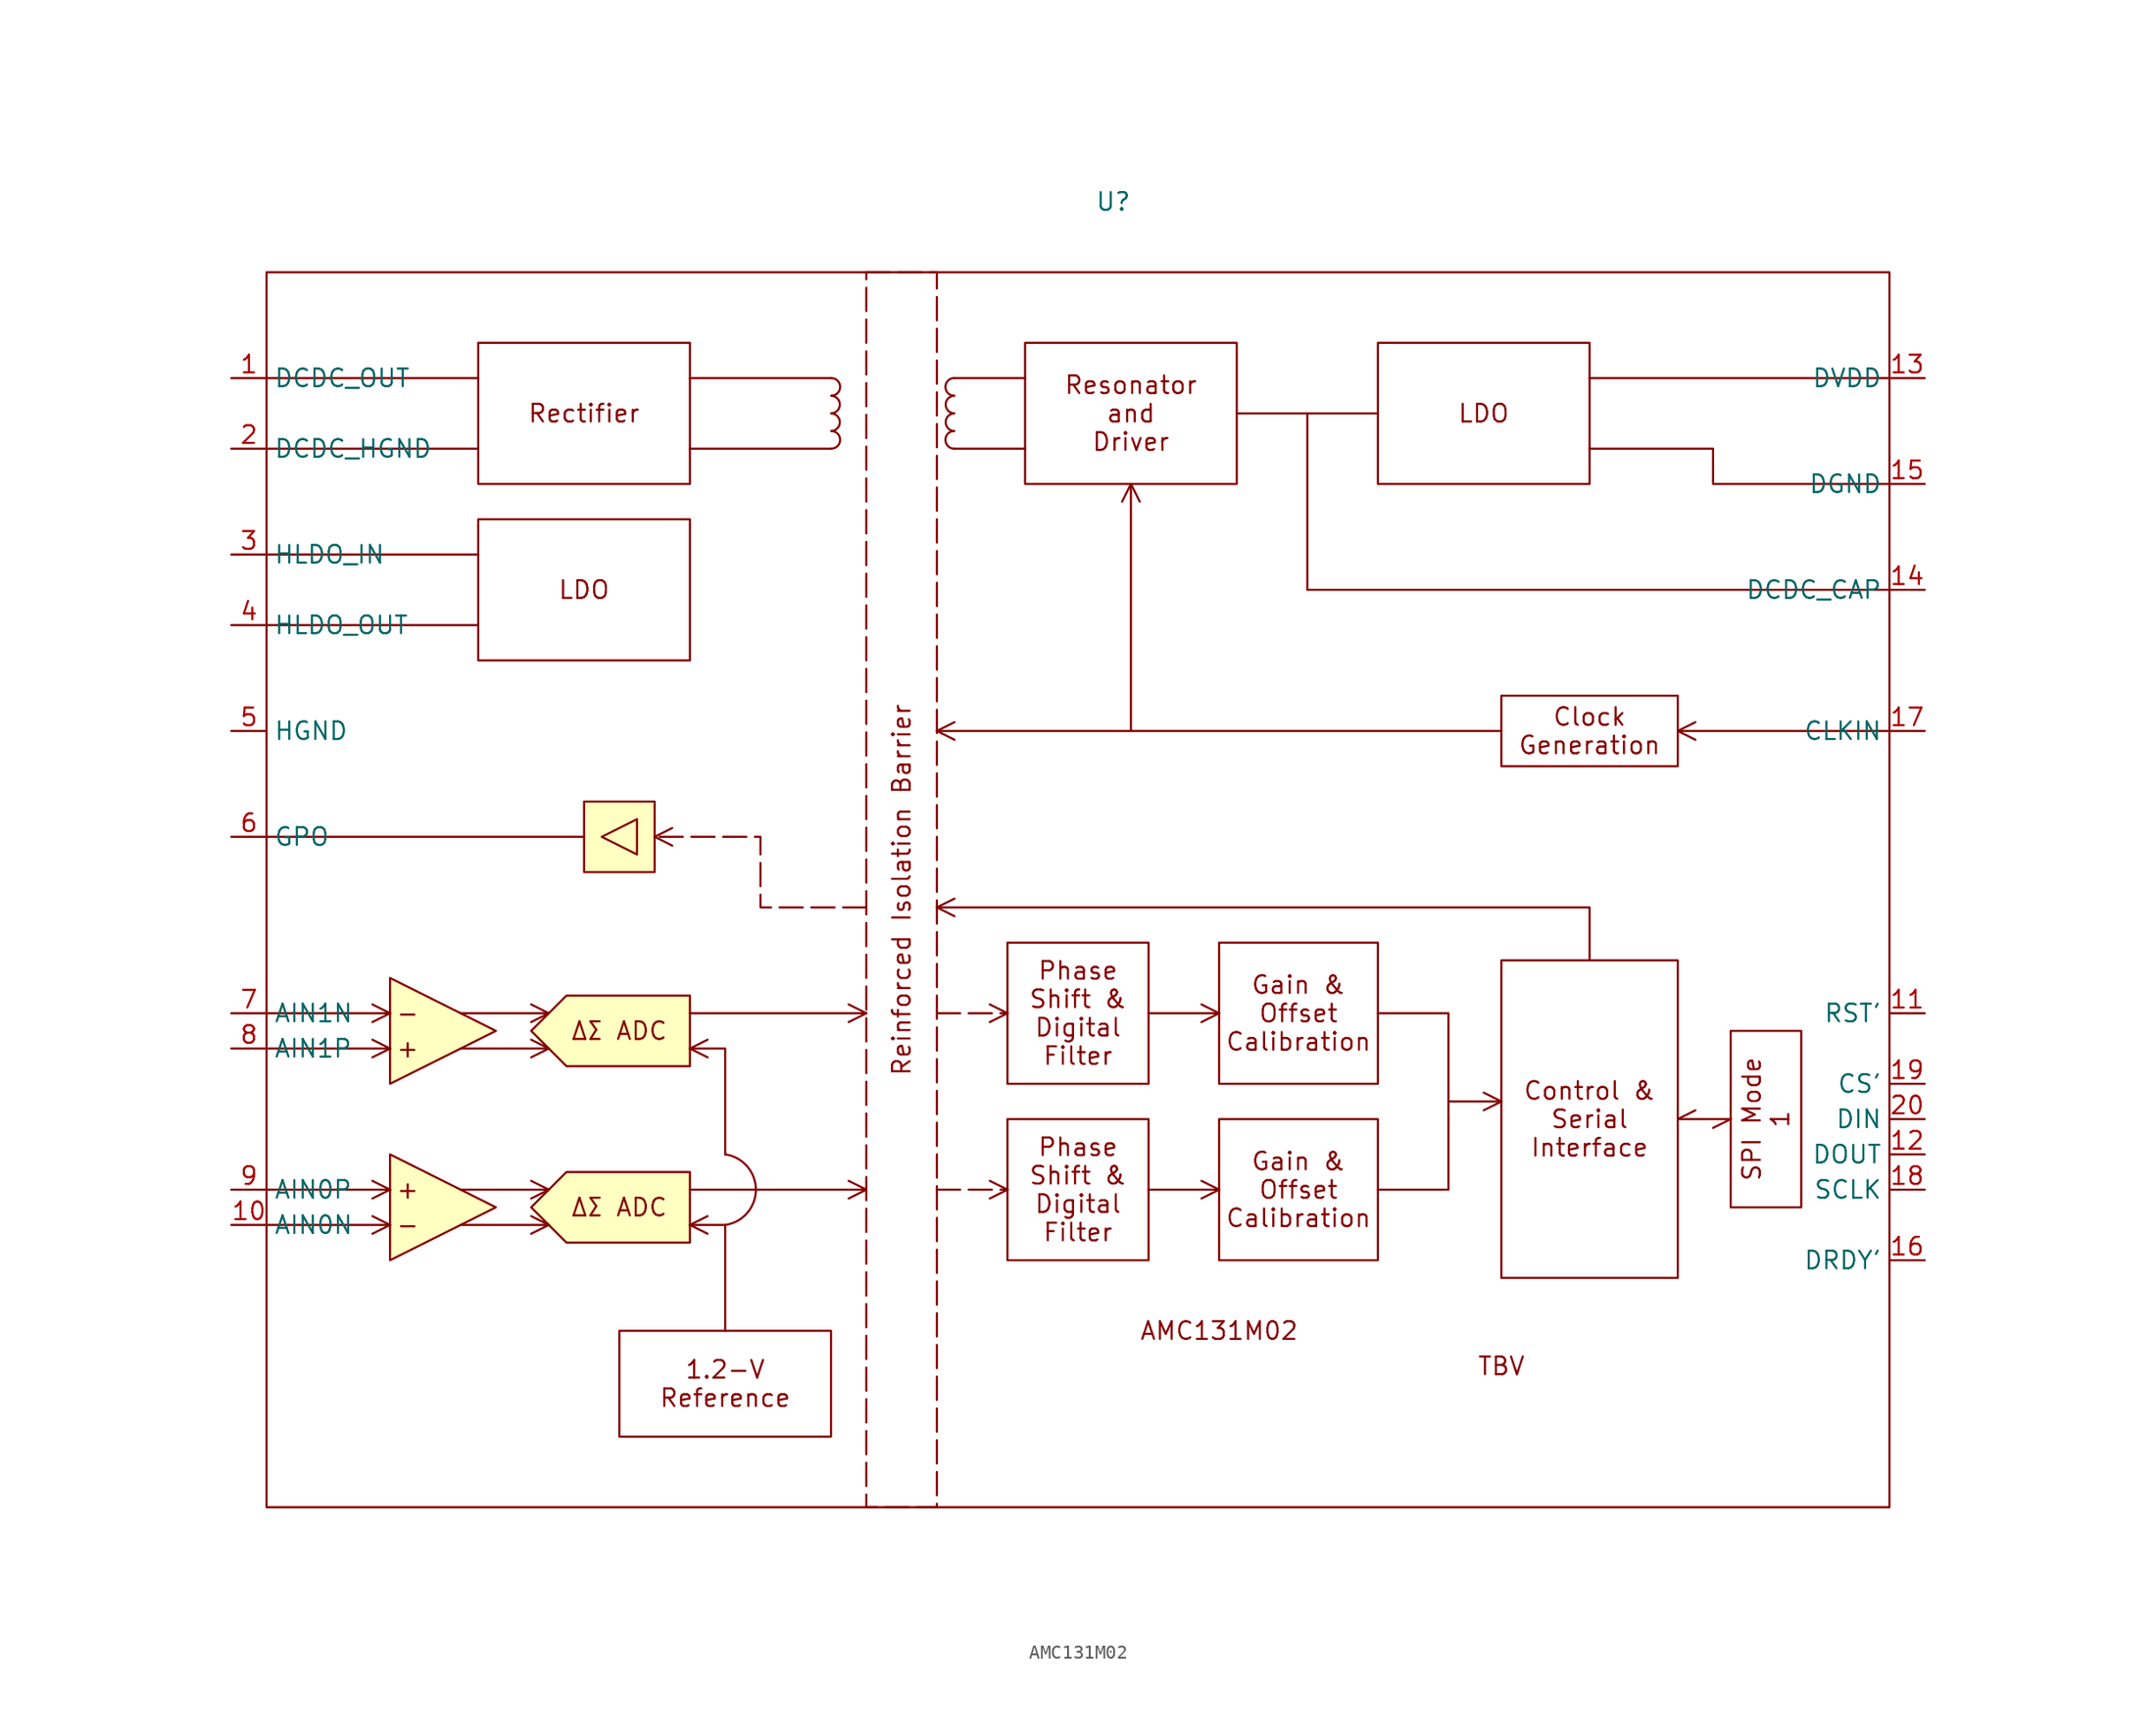
<source format=kicad_sym>
(kicad_symbol_lib
  (version 20220914)
  (generator kicad_symbol_editor)
  (symbol "AMC131M02"
    (property "Reference" "U"
      (at 33.02 66.04 0)
      (effects (font (size 1.27 1.27))))
    (property "Value" ""
      (at 86.36 0 0)
      (effects (font (size 1.27 1.27))))
    (symbol "AMC131M02_1_1"
      (rectangle (start -27.94 60.96) (end 88.9 -27.94) (stroke (width 0) (type default)) (fill (type none)))
      (rectangle (start -5.08 22.86) (end 0 17.78) (stroke (width 0) (type default)) (fill (type background)))
      (polyline (pts (xy -27.94 -7.62) (xy -19.05 -7.62)) (stroke (width 0) (type default)) (fill (type none)))
      (polyline (pts (xy -27.94 -5.08) (xy -19.05 -5.08)) (stroke (width 0) (type default)) (fill (type none)))
      (polyline (pts (xy -27.94 5.08) (xy -19.05 5.08)) (stroke (width 0) (type default)) (fill (type none)))
      (polyline (pts (xy -27.94 7.62) (xy -19.05 7.62)) (stroke (width 0) (type default)) (fill (type none)))
      (polyline (pts (xy -27.94 20.32) (xy -5.08 20.32)) (stroke (width 0) (type default)) (fill (type none)))
      (polyline (pts (xy -27.94 35.56) (xy -12.7 35.56)) (stroke (width 0) (type default)) (fill (type color) (color 0 0 0 0)))
      (polyline (pts (xy -27.94 40.64) (xy -12.7 40.64)) (stroke (width 0) (type default)) (fill (type color) (color 0 0 0 0)))
      (polyline (pts (xy -27.94 48.26) (xy -12.7 48.26)) (stroke (width 0) (type default)) (fill (type color) (color 0 0 0 0)))
      (polyline (pts (xy -27.94 53.34) (xy -12.7 53.34)) (stroke (width 0) (type default)) (fill (type color) (color 0 0 0 0)))
      (polyline (pts (xy -19.05 -7.62) (xy -20.32 -8.255)) (stroke (width 0) (type default)) (fill (type color) (color 0 0 0 0)))
      (polyline (pts (xy -19.05 -7.62) (xy -20.32 -6.985)) (stroke (width 0) (type default)) (fill (type color) (color 0 0 0 0)))
      (polyline (pts (xy -19.05 -5.08) (xy -20.32 -5.715)) (stroke (width 0) (type default)) (fill (type color) (color 0 0 0 0)))
      (polyline (pts (xy -19.05 -5.08) (xy -20.32 -4.445)) (stroke (width 0) (type default)) (fill (type color) (color 0 0 0 0)))
      (polyline (pts (xy -19.05 5.08) (xy -20.32 4.445)) (stroke (width 0) (type default)) (fill (type color) (color 0 0 0 0)))
      (polyline (pts (xy -19.05 5.08) (xy -20.32 5.715)) (stroke (width 0) (type default)) (fill (type color) (color 0 0 0 0)))
      (polyline (pts (xy -19.05 7.62) (xy -20.32 6.985)) (stroke (width 0) (type default)) (fill (type color) (color 0 0 0 0)))
      (polyline (pts (xy -19.05 7.62) (xy -20.32 8.255)) (stroke (width 0) (type default)) (fill (type color) (color 0 0 0 0)))
      (polyline (pts (xy -13.97 -7.62) (xy -7.62 -7.62)) (stroke (width 0) (type default)) (fill (type none)))
      (polyline (pts (xy -13.97 -5.08) (xy -7.62 -5.08)) (stroke (width 0) (type default)) (fill (type none)))
      (polyline (pts (xy -13.97 5.08) (xy -7.62 5.08)) (stroke (width 0) (type default)) (fill (type none)))
      (polyline (pts (xy -13.97 7.62) (xy -7.62 7.62)) (stroke (width 0) (type default)) (fill (type none)))
      (polyline (pts (xy -7.62 -7.62) (xy -8.89 -8.255)) (stroke (width 0) (type default)) (fill (type color) (color 0 0 0 0)))
      (polyline (pts (xy -7.62 -7.62) (xy -8.89 -6.985)) (stroke (width 0) (type default)) (fill (type color) (color 0 0 0 0)))
      (polyline (pts (xy -7.62 -5.08) (xy -8.89 -5.715)) (stroke (width 0) (type default)) (fill (type color) (color 0 0 0 0)))
      (polyline (pts (xy -7.62 -5.08) (xy -8.89 -4.445)) (stroke (width 0) (type default)) (fill (type color) (color 0 0 0 0)))
      (polyline (pts (xy -7.62 5.08) (xy -8.89 4.445)) (stroke (width 0) (type default)) (fill (type color) (color 0 0 0 0)))
      (polyline (pts (xy -7.62 5.08) (xy -8.89 5.715)) (stroke (width 0) (type default)) (fill (type color) (color 0 0 0 0)))
      (polyline (pts (xy -7.62 7.62) (xy -8.89 6.985)) (stroke (width 0) (type default)) (fill (type color) (color 0 0 0 0)))
      (polyline (pts (xy -7.62 7.62) (xy -8.89 8.255)) (stroke (width 0) (type default)) (fill (type color) (color 0 0 0 0)))
      (polyline (pts (xy 0 20.32) (xy 1.27 19.685)) (stroke (width 0) (type default)) (fill (type color) (color 0 0 0 0)))
      (polyline (pts (xy 0 20.32) (xy 1.27 20.955)) (stroke (width 0) (type default)) (fill (type color) (color 0 0 0 0)))
      (polyline (pts (xy 2.54 -7.62) (xy 3.81 -8.255)) (stroke (width 0) (type default)) (fill (type color) (color 0 0 0 0)))
      (polyline (pts (xy 2.54 -7.62) (xy 3.81 -6.985)) (stroke (width 0) (type default)) (fill (type color) (color 0 0 0 0)))
      (polyline (pts (xy 2.54 -5.08) (xy 15.24 -5.08)) (stroke (width 0) (type default)) (fill (type color) (color 0 0 0 0)))
      (polyline (pts (xy 2.54 5.08) (xy 3.81 4.445)) (stroke (width 0) (type default)) (fill (type color) (color 0 0 0 0)))
      (polyline (pts (xy 2.54 5.08) (xy 3.81 5.715)) (stroke (width 0) (type default)) (fill (type color) (color 0 0 0 0)))
      (polyline (pts (xy 2.54 7.62) (xy 15.24 7.62)) (stroke (width 0) (type default)) (fill (type color) (color 0 0 0 0)))
      (polyline (pts (xy 2.54 48.26) (xy 12.7 48.26)) (stroke (width 0) (type default)) (fill (type color) (color 0 0 0 0)))
      (polyline (pts (xy 2.54 53.34) (xy 12.7 53.34)) (stroke (width 0) (type default)) (fill (type color) (color 0 0 0 0)))
      (polyline (pts (xy 15.24 -5.08) (xy 13.97 -5.715)) (stroke (width 0) (type default)) (fill (type color) (color 0 0 0 0)))
      (polyline (pts (xy 15.24 -5.08) (xy 13.97 -4.445)) (stroke (width 0) (type default)) (fill (type color) (color 0 0 0 0)))
      (polyline (pts (xy 15.24 7.62) (xy 13.97 6.985)) (stroke (width 0) (type default)) (fill (type color) (color 0 0 0 0)))
      (polyline (pts (xy 15.24 7.62) (xy 13.97 8.255)) (stroke (width 0) (type default)) (fill (type color) (color 0 0 0 0)))
      (polyline (pts (xy 20.32 -5.08) (xy 25.4 -5.08)) (stroke (width 0) (type default)) (fill (type color) (color 0 0 0 0)))
      (polyline (pts (xy 20.32 7.62) (xy 25.4 7.62)) (stroke (width 0) (type default)) (fill (type color) (color 0 0 0 0)))
      (polyline (pts (xy 20.32 15.24) (xy 21.59 14.605)) (stroke (width 0) (type default)) (fill (type color) (color 0 0 0 0)))
      (polyline (pts (xy 20.32 15.24) (xy 21.59 15.875)) (stroke (width 0) (type default)) (fill (type color) (color 0 0 0 0)))
      (polyline (pts (xy 20.32 27.94) (xy 21.59 27.305)) (stroke (width 0) (type default)) (fill (type color) (color 0 0 0 0)))
      (polyline (pts (xy 20.32 27.94) (xy 21.59 28.575)) (stroke (width 0) (type default)) (fill (type color) (color 0 0 0 0)))
      (polyline (pts (xy 25.4 -5.08) (xy 24.13 -5.715)) (stroke (width 0) (type default)) (fill (type color) (color 0 0 0 0)))
      (polyline (pts (xy 25.4 -5.08) (xy 24.13 -4.445)) (stroke (width 0) (type default)) (fill (type color) (color 0 0 0 0)))
      (polyline (pts (xy 25.4 7.62) (xy 24.13 6.985)) (stroke (width 0) (type default)) (fill (type color) (color 0 0 0 0)))
      (polyline (pts (xy 25.4 7.62) (xy 24.13 8.255)) (stroke (width 0) (type default)) (fill (type color) (color 0 0 0 0)))
      (polyline (pts (xy 26.67 48.26) (xy 21.59 48.26)) (stroke (width 0) (type default)) (fill (type color) (color 0 0 0 0)))
      (polyline (pts (xy 26.67 53.34) (xy 21.59 53.34)) (stroke (width 0) (type default)) (fill (type color) (color 0 0 0 0)))
      (polyline (pts (xy 34.29 45.72) (xy 33.655 44.45)) (stroke (width 0) (type default)) (fill (type color) (color 0 0 0 0)))
      (polyline (pts (xy 34.29 45.72) (xy 34.29 27.94)) (stroke (width 0) (type default)) (fill (type color) (color 0 0 0 0)))
      (polyline (pts (xy 34.29 45.72) (xy 34.925 44.45)) (stroke (width 0) (type default)) (fill (type color) (color 0 0 0 0)))
      (polyline (pts (xy 35.56 -5.08) (xy 40.64 -5.08)) (stroke (width 0) (type default)) (fill (type color) (color 0 0 0 0)))
      (polyline (pts (xy 35.56 7.62) (xy 40.64 7.62)) (stroke (width 0) (type default)) (fill (type color) (color 0 0 0 0)))
      (polyline (pts (xy 40.64 -5.08) (xy 39.37 -5.715)) (stroke (width 0) (type default)) (fill (type color) (color 0 0 0 0)))
      (polyline (pts (xy 40.64 -5.08) (xy 39.37 -4.445)) (stroke (width 0) (type default)) (fill (type color) (color 0 0 0 0)))
      (polyline (pts (xy 40.64 7.62) (xy 39.37 6.985)) (stroke (width 0) (type default)) (fill (type color) (color 0 0 0 0)))
      (polyline (pts (xy 40.64 7.62) (xy 39.37 8.255)) (stroke (width 0) (type default)) (fill (type color) (color 0 0 0 0)))
      (polyline (pts (xy 41.91 50.8) (xy 52.07 50.8)) (stroke (width 0) (type default)) (fill (type color) (color 0 0 0 0)))
      (polyline (pts (xy 57.15 1.27) (xy 60.96 1.27)) (stroke (width 0) (type default)) (fill (type color) (color 0 0 0 0)))
      (polyline (pts (xy 60.96 1.27) (xy 59.69 0.635)) (stroke (width 0) (type default)) (fill (type color) (color 0 0 0 0)))
      (polyline (pts (xy 60.96 1.27) (xy 59.69 1.905)) (stroke (width 0) (type default)) (fill (type color) (color 0 0 0 0)))
      (polyline (pts (xy 60.96 27.94) (xy 20.32 27.94)) (stroke (width 0) (type default)) (fill (type color) (color 0 0 0 0)))
      (polyline (pts (xy 73.66 0) (xy 74.93 0.635)) (stroke (width 0) (type default)) (fill (type color) (color 0 0 0 0)))
      (polyline (pts (xy 73.66 27.94) (xy 74.93 27.305)) (stroke (width 0) (type default)) (fill (type color) (color 0 0 0 0)))
      (polyline (pts (xy 73.66 27.94) (xy 74.93 28.575)) (stroke (width 0) (type default)) (fill (type color) (color 0 0 0 0)))
      (polyline (pts (xy 73.66 27.94) (xy 88.9 27.94)) (stroke (width 0) (type default)) (fill (type color) (color 0 0 0 0)))
      (polyline (pts (xy 77.47 0) (xy 73.66 0)) (stroke (width 0) (type default)) (fill (type color) (color 0 0 0 0)))
      (polyline (pts (xy 77.47 0) (xy 76.2 -0.635)) (stroke (width 0) (type default)) (fill (type color) (color 0 0 0 0)))
      (polyline (pts (xy 5.08 -15.24) (xy 5.08 -7.62) (xy 2.54 -7.62)) (stroke (width 0) (type default)) (fill (type color) (color 0 0 0 0)))
      (polyline (pts (xy 5.08 -2.54) (xy 5.08 5.08) (xy 2.54 5.08)) (stroke (width 0) (type default)) (fill (type color) (color 0 0 0 0)))
      (polyline (pts (xy 57.15 0) (xy 57.15 -5.08) (xy 52.07 -5.08)) (stroke (width 0) (type default)) (fill (type none)))
      (polyline (pts (xy 57.15 0) (xy 57.15 7.62) (xy 52.07 7.62)) (stroke (width 0) (type default)) (fill (type none)))
      (polyline (pts (xy 67.31 11.43) (xy 67.31 15.24) (xy 20.32 15.24)) (stroke (width 0) (type default)) (fill (type none)))
      (polyline (pts (xy 88.9 38.1) (xy 46.99 38.1) (xy 46.99 50.8)) (stroke (width 0) (type default)) (fill (type none)))
      (polyline (pts (xy -19.05 -10.16) (xy -11.43 -6.35) (xy -19.05 -2.54) (xy -19.05 -10.16)) (stroke (width 0) (type default)) (fill (type background)))
      (polyline (pts (xy -19.05 10.16) (xy -11.43 6.35) (xy -19.05 2.54) (xy -19.05 10.16)) (stroke (width 0) (type default)) (fill (type background)))
      (polyline (pts (xy -1.27 21.59) (xy -1.27 19.05) (xy -3.81 20.32) (xy -1.27 21.59)) (stroke (width 0) (type default)) (fill (type none)))
      (polyline (pts (xy 15.24 15.24) (xy 7.62 15.24) (xy 7.62 20.32) (xy 0 20.32)) (stroke (width 0) (type default)) (fill (type color) (color 0 0 0 0)))
      (polyline (pts (xy 88.9 53.34) (xy 83.82 53.34) (xy 82.55 53.34) (xy 67.31 53.34)) (stroke (width 0) (type default)) (fill (type color) (color 0 0 0 0)))
      (polyline (pts (xy 88.9 45.72) (xy 76.2 45.72) (xy 76.2 48.26) (xy 76.2 48.26) (xy 67.31 48.26)) (stroke (width 0) (type default)) (fill (type color) (color 0 0 0 0)))
      (polyline (pts (xy -8.89 -6.35) (xy -6.35 -3.81) (xy 2.54 -3.81) (xy 2.54 -8.89) (xy -6.35 -8.89) (xy -8.89 -6.35)) (stroke (width 0) (type default)) (fill (type background)))
      (polyline (pts (xy -8.89 6.35) (xy -6.35 8.89) (xy 2.54 8.89) (xy 2.54 3.81) (xy -6.35 3.81) (xy -8.89 6.35)) (stroke (width 0) (type default)) (fill (type background)))
      (arc (start 5.08 -7.62) (mid 7.2871 -5.08) (end 5.08 -2.54) (stroke (width 0) (type default)) (fill (type none)))
      (arc (start 12.7195 49.53) (mid 13.3358 50.165) (end 12.7195 50.8) (stroke (width 0) (type default)) (fill (type color) (color 0 0 0 0)))
      (arc (start 12.7195 50.8) (mid 13.3353 51.435) (end 12.7195 52.07) (stroke (width 0) (type default)) (fill (type color) (color 0 0 0 0)))
      (arc (start 12.7385 48.26) (mid 13.3548 48.895) (end 12.7385 49.53) (stroke (width 0) (type default)) (fill (type color) (color 0 0 0 0)))
      (arc (start 12.7385 52.07) (mid 13.3548 52.705) (end 12.7385 53.34) (stroke (width 0) (type default)) (fill (type color) (color 0 0 0 0)))
      (rectangle (start 15.24 60.96) (end 20.32 -27.94) (stroke (width 0) (type dash)) (fill (type none)))
      (arc (start 21.5515 49.53) (mid 20.9347 48.895) (end 21.5515 48.26) (stroke (width 0) (type default)) (fill (type color) (color 0 0 0 0)))
      (arc (start 21.5515 53.34) (mid 20.9347 52.705) (end 21.5515 52.07) (stroke (width 0) (type default)) (fill (type color) (color 0 0 0 0)))
      (arc (start 21.5705 50.8) (mid 20.9537 50.165) (end 21.5705 49.53) (stroke (width 0) (type default)) (fill (type color) (color 0 0 0 0)))
      (arc (start 21.5705 52.07) (mid 20.9547 51.435) (end 21.5705 50.8) (stroke (width 0) (type default)) (fill (type color) (color 0 0 0 0)))
      (text "+" (at -17.78 -5.08 0) (effects (font (size 1.27 1.27))))
      (text "+" (at -17.78 5.08 0) (effects (font (size 1.27 1.27))))
      (text "-" (at -17.78 -7.62 0) (effects (font (size 1.27 1.27))))
      (text "-" (at -17.78 7.62 0) (effects (font (size 1.27 1.27))))
      (text "AMC131M02" (at 40.64 -15.24 0) (effects (font (size 1.27 1.27))))
      (text "Reinforced Isolation Barrier" (at 17.78 16.51 900) (effects (font (size 1.27 1.27))))
      (text "TBV" (at 60.96 -17.78 0) (effects (font (size 1.27 1.27))))
      (text "ΔΣ ADC" (at -2.54 -6.35 0) (effects (font (size 1.27 1.27))))
      (text "ΔΣ ADC" (at -2.54 6.35 0) (effects (font (size 1.27 1.27))))
      (text_box "1.2-V\nReference" (at -2.54 -15.24 0) (size 15.24 -7.62) (stroke (width 0) (type default)) (fill (type color) (color 0 0 0 0)) (effects (font (size 1.27 1.27))))
      (text_box "Clock\nGeneration" (at 60.96 30.48 0) (size 12.7 -5.08) (stroke (width 0) (type default)) (fill (type color) (color 0 0 0 0)) (effects (font (size 1.27 1.27))))
      (text_box "Control &\nSerial\nInterface" (at 60.96 11.43 0) (size 12.7 -22.86) (stroke (width 0) (type default)) (fill (type color) (color 0 0 0 0)) (effects (font (size 1.27 1.27))))
      (text_box "Gain & Offset Calibration" (at 40.64 0 0) (size 11.43 -10.16) (stroke (width 0) (type default)) (fill (type color) (color 0 0 0 0)) (effects (font (size 1.27 1.27))))
      (text_box "Gain & Offset Calibration" (at 40.64 12.7 0) (size 11.43 -10.16) (stroke (width 0) (type default)) (fill (type color) (color 0 0 0 0)) (effects (font (size 1.27 1.27))))
      (text_box "LDO" (at -12.7 43.18 0) (size 15.24 -10.16) (stroke (width 0) (type default)) (fill (type color) (color 0 0 0 0)) (effects (font (size 1.27 1.27))))
      (text_box "LDO" (at 52.07 55.88 0) (size 15.24 -10.16) (stroke (width 0) (type default)) (fill (type color) (color 0 0 0 0)) (effects (font (size 1.27 1.27))))
      (text_box "Phase Shift &\nDigital Filter" (at 25.4 0 0) (size 10.16 -10.16) (stroke (width 0) (type default)) (fill (type color) (color 0 0 0 0)) (effects (font (size 1.27 1.27))))
      (text_box "Phase Shift &\nDigital Filter" (at 25.4 12.7 0) (size 10.16 -10.16) (stroke (width 0) (type default)) (fill (type color) (color 0 0 0 0)) (effects (font (size 1.27 1.27))))
      (text_box "Rectifier" (at -12.7 55.88 0) (size 15.24 -10.16) (stroke (width 0) (type default)) (fill (type color) (color 0 0 0 0)) (effects (font (size 1.27 1.27))))
      (text_box "Resonator and\nDriver" (at 26.67 55.88 0) (size 15.24 -10.16) (stroke (width 0) (type default)) (fill (type color) (color 0 0 0 0)) (effects (font (size 1.27 1.27))))
      (text_box "SPI Mode 1" (at 77.47 6.35 90) (size 5.08 -12.7) (stroke (width 0) (type default)) (fill (type color) (color 0 0 0 0)) (effects (font (size 1.27 1.27))))
      (pin input line (at -30.48 53.34 0) (length 2.54) (name "DCDC_OUT" (effects (font (size 1.27 1.27)))) (number "1" (effects (font (size 1.27 1.27)))))
      (pin input line (at -30.48 -7.62 0) (length 2.54) (name "AIN0N" (effects (font (size 1.27 1.27)))) (number "10" (effects (font (size 1.27 1.27)))))
      (pin input line (at 91.44 7.62 180) (length 2.54) (name "RST'" (effects (font (size 1.27 1.27)))) (number "11" (effects (font (size 1.27 1.27)))))
      (pin input line (at 91.44 -2.54 180) (length 2.54) (name "DOUT" (effects (font (size 1.27 1.27)))) (number "12" (effects (font (size 1.27 1.27)))))
      (pin input line (at 91.44 53.34 180) (length 2.54) (name "DVDD" (effects (font (size 1.27 1.27)))) (number "13" (effects (font (size 1.27 1.27)))))
      (pin input line (at 91.44 38.1 180) (length 2.54) (name "DCDC_CAP" (effects (font (size 1.27 1.27)))) (number "14" (effects (font (size 1.27 1.27)))))
      (pin input line (at 91.44 45.72 180) (length 2.54) (name "DGND" (effects (font (size 1.27 1.27)))) (number "15" (effects (font (size 1.27 1.27)))))
      (pin input line (at 91.44 -10.16 180) (length 2.54) (name "DRDY'" (effects (font (size 1.27 1.27)))) (number "16" (effects (font (size 1.27 1.27)))))
      (pin input line (at 91.44 27.94 180) (length 2.54) (name "CLKIN" (effects (font (size 1.27 1.27)))) (number "17" (effects (font (size 1.27 1.27)))))
      (pin input line (at 91.44 -5.08 180) (length 2.54) (name "SCLK" (effects (font (size 1.27 1.27)))) (number "18" (effects (font (size 1.27 1.27)))))
      (pin input line (at 91.44 2.54 180) (length 2.54) (name "CS'" (effects (font (size 1.27 1.27)))) (number "19" (effects (font (size 1.27 1.27)))))
      (pin input line (at -30.48 48.26 0) (length 2.54) (name "DCDC_HGND" (effects (font (size 1.27 1.27)))) (number "2" (effects (font (size 1.27 1.27)))))
      (pin input line (at 91.44 0 180) (length 2.54) (name "DIN" (effects (font (size 1.27 1.27)))) (number "20" (effects (font (size 1.27 1.27)))))
      (pin input line (at -30.48 40.64 0) (length 2.54) (name "HLDO_IN" (effects (font (size 1.27 1.27)))) (number "3" (effects (font (size 1.27 1.27)))))
      (pin input line (at -30.48 35.56 0) (length 2.54) (name "HLDO_OUT" (effects (font (size 1.27 1.27)))) (number "4" (effects (font (size 1.27 1.27)))))
      (pin input line (at -30.48 27.94 0) (length 2.54) (name "HGND" (effects (font (size 1.27 1.27)))) (number "5" (effects (font (size 1.27 1.27)))))
      (pin input line (at -30.48 20.32 0) (length 2.54) (name "GPO" (effects (font (size 1.27 1.27)))) (number "6" (effects (font (size 1.27 1.27)))))
      (pin input line (at -30.48 7.62 0) (length 2.54) (name "AIN1N" (effects (font (size 1.27 1.27)))) (number "7" (effects (font (size 1.27 1.27)))))
      (pin input line (at -30.48 5.08 0) (length 2.54) (name "AIN1P" (effects (font (size 1.27 1.27)))) (number "8" (effects (font (size 1.27 1.27)))))
      (pin input line (at -30.48 -5.08 0) (length 2.54) (name "AIN0P" (effects (font (size 1.27 1.27)))) (number "9" (effects (font (size 1.27 1.27))))))))
</source>
